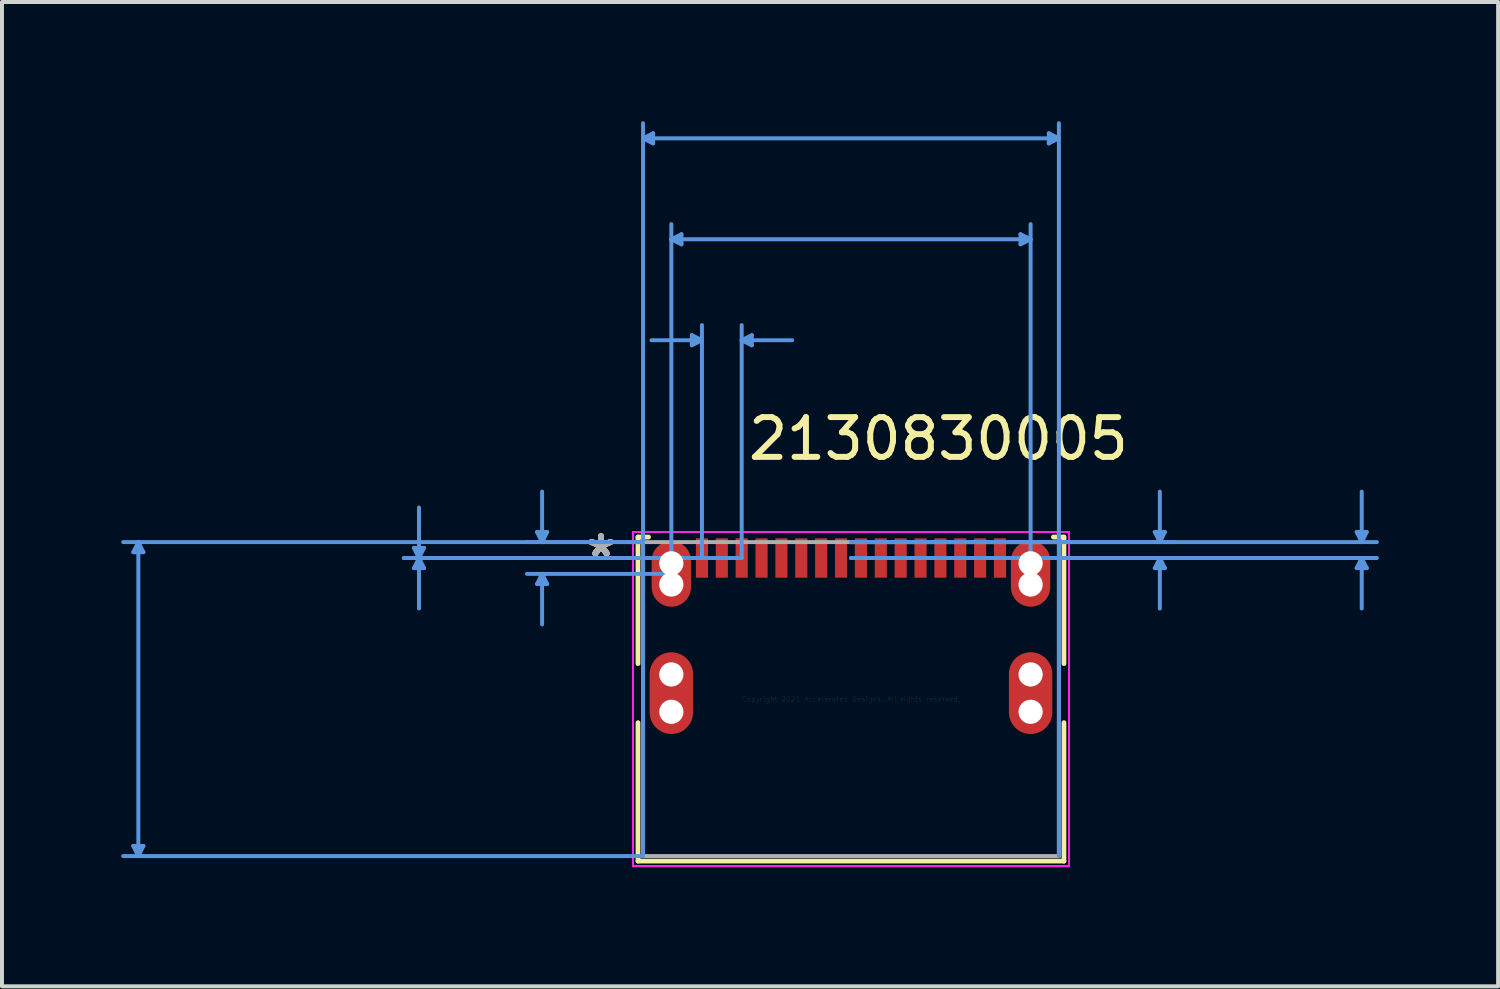
<source format=kicad_pcb>
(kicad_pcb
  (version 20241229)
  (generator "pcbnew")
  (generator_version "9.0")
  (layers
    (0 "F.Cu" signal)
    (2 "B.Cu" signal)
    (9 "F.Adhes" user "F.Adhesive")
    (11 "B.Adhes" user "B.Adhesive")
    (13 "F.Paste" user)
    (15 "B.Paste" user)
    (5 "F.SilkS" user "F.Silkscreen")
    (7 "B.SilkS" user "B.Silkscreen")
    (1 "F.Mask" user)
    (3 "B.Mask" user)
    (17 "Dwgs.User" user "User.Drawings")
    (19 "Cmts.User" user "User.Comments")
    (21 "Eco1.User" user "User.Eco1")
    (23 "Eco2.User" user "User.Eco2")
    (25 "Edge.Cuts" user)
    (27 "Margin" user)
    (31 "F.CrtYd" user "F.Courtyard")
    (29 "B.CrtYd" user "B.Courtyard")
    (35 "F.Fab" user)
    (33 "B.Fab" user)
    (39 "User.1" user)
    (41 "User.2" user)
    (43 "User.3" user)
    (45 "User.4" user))
  (footprint "2130830005"
    (layer "F.Cu")
    (at 18.363 14.541)
    (property "Reference" "2130830005" (at 2.2 -6.55 0) (layer "F.SilkS") (effects (font (size 1 1) (thickness 0.15))))
    (attr through_hole)
    (fp_line (start -5.359 -4.077) (end -5.359 -0.893) (stroke (width 0.12) (type solid)) (layer "F.SilkS"))
    (fp_line (start -5.359 0.593) (end -5.359 4.077) (stroke (width 0.12) (type solid)) (layer "F.SilkS"))
    (fp_line (start -5.359 4.077) (end 5.359 4.077) (stroke (width 0.12) (type solid)) (layer "F.SilkS"))
    (fp_line (start -5.094 -4.077) (end -5.359 -4.077) (stroke (width 0.12) (type solid)) (layer "F.SilkS"))
    (fp_line (start 5.359 -4.077) (end 5.094 -4.077) (stroke (width 0.12) (type solid)) (layer "F.SilkS"))
    (fp_line (start 5.359 -0.893) (end 5.359 -4.077) (stroke (width 0.12) (type solid)) (layer "F.SilkS"))
    (fp_line (start 5.359 4.077) (end 5.359 0.593) (stroke (width 0.12) (type solid)) (layer "F.SilkS"))
    (fp_line (start -18.059 -3.696) (end -17.805 -3.696) (stroke (width 0.1) (type solid)) (layer "Cmts.User"))
    (fp_line (start -18.059 3.696) (end -17.805 3.696) (stroke (width 0.1) (type solid)) (layer "Cmts.User"))
    (fp_line (start -17.932 -3.95) (end -18.059 -3.696) (stroke (width 0.1) (type solid)) (layer "Cmts.User"))
    (fp_line (start -17.932 -3.95) (end -17.932 3.95) (stroke (width 0.1) (type solid)) (layer "Cmts.User"))
    (fp_line (start -17.932 -3.95) (end -17.805 -3.696) (stroke (width 0.1) (type solid)) (layer "Cmts.User"))
    (fp_line (start -17.932 3.95) (end -18.059 3.696) (stroke (width 0.1) (type solid)) (layer "Cmts.User"))
    (fp_line (start -17.932 3.95) (end -17.805 3.696) (stroke (width 0.1) (type solid)) (layer "Cmts.User"))
    (fp_line (start -10.997 -3.804) (end -10.743 -3.804) (stroke (width 0.1) (type solid)) (layer "Cmts.User"))
    (fp_line (start -10.997 -3.296) (end -10.743 -3.296) (stroke (width 0.1) (type solid)) (layer "Cmts.User"))
    (fp_line (start -10.87 -3.55) (end -10.997 -3.804) (stroke (width 0.1) (type solid)) (layer "Cmts.User"))
    (fp_line (start -10.87 -3.55) (end -10.997 -3.296) (stroke (width 0.1) (type solid)) (layer "Cmts.User"))
    (fp_line (start -10.87 -3.55) (end -10.87 -4.82) (stroke (width 0.1) (type solid)) (layer "Cmts.User"))
    (fp_line (start -10.87 -3.55) (end -10.87 -2.28) (stroke (width 0.1) (type solid)) (layer "Cmts.User"))
    (fp_line (start -10.87 -3.55) (end -10.743 -3.804) (stroke (width 0.1) (type solid)) (layer "Cmts.User"))
    (fp_line (start -10.87 -3.55) (end -10.743 -3.296) (stroke (width 0.1) (type solid)) (layer "Cmts.User"))
    (fp_line (start -7.899 -4.204) (end -7.645 -4.204) (stroke (width 0.1) (type solid)) (layer "Cmts.User"))
    (fp_line (start -7.899 -2.896) (end -7.645 -2.896) (stroke (width 0.1) (type solid)) (layer "Cmts.User"))
    (fp_line (start -7.772 -3.95) (end -7.899 -4.204) (stroke (width 0.1) (type solid)) (layer "Cmts.User"))
    (fp_line (start -7.772 -3.95) (end -7.772 -5.22) (stroke (width 0.1) (type solid)) (layer "Cmts.User"))
    (fp_line (start -7.772 -3.95) (end -7.645 -4.204) (stroke (width 0.1) (type solid)) (layer "Cmts.User"))
    (fp_line (start -7.772 -3.15) (end -7.899 -2.896) (stroke (width 0.1) (type solid)) (layer "Cmts.User"))
    (fp_line (start -7.772 -3.15) (end -7.772 -1.88) (stroke (width 0.1) (type solid)) (layer "Cmts.User"))
    (fp_line (start -7.772 -3.15) (end -7.645 -2.896) (stroke (width 0.1) (type solid)) (layer "Cmts.User"))
    (fp_line (start -5.232 -14.11) (end -4.978 -14.237) (stroke (width 0.1) (type solid)) (layer "Cmts.User"))
    (fp_line (start -5.232 -14.11) (end -4.978 -13.983) (stroke (width 0.1) (type solid)) (layer "Cmts.User"))
    (fp_line (start -5.232 -14.11) (end 5.232 -14.11) (stroke (width 0.1) (type solid)) (layer "Cmts.User"))
    (fp_line (start -5.232 -3.95) (end -18.313 -3.95) (stroke (width 0.1) (type solid)) (layer "Cmts.User"))
    (fp_line (start -5.232 -3.95) (end -8.153 -3.95) (stroke (width 0.1) (type solid)) (layer "Cmts.User"))
    (fp_line (start -5.232 3.95) (end -18.313 3.95) (stroke (width 0.1) (type solid)) (layer "Cmts.User"))
    (fp_line (start -5.232 3.95) (end -5.232 -14.491) (stroke (width 0.1) (type solid)) (layer "Cmts.User"))
    (fp_line (start -4.978 -14.237) (end -4.978 -13.983) (stroke (width 0.1) (type solid)) (layer "Cmts.User"))
    (fp_line (start -4.52 -11.57) (end -4.266 -11.697) (stroke (width 0.1) (type solid)) (layer "Cmts.User"))
    (fp_line (start -4.52 -11.57) (end -4.266 -11.443) (stroke (width 0.1) (type solid)) (layer "Cmts.User"))
    (fp_line (start -4.52 -11.57) (end 4.52 -11.57) (stroke (width 0.1) (type solid)) (layer "Cmts.User"))
    (fp_line (start -4.52 -3.15) (end -8.153 -3.15) (stroke (width 0.1) (type solid)) (layer "Cmts.User"))
    (fp_line (start -4.52 -3.15) (end -4.52 -11.951) (stroke (width 0.1) (type solid)) (layer "Cmts.User"))
    (fp_line (start -4.266 -11.697) (end -4.266 -11.443) (stroke (width 0.1) (type solid)) (layer "Cmts.User"))
    (fp_line (start -4.004 -9.157) (end -4.004 -8.903) (stroke (width 0.1) (type solid)) (layer "Cmts.User"))
    (fp_line (start -3.75 -9.03) (end -5.02 -9.03) (stroke (width 0.1) (type solid)) (layer "Cmts.User"))
    (fp_line (start -3.75 -9.03) (end -4.004 -9.157) (stroke (width 0.1) (type solid)) (layer "Cmts.User"))
    (fp_line (start -3.75 -9.03) (end -4.004 -8.903) (stroke (width 0.1) (type solid)) (layer "Cmts.User"))
    (fp_line (start -3.75 -3.55) (end -11.251 -3.55) (stroke (width 0.1) (type solid)) (layer "Cmts.User"))
    (fp_line (start -3.75 -3.55) (end -3.75 -9.411) (stroke (width 0.1) (type solid)) (layer "Cmts.User"))
    (fp_line (start -2.75 -9.03) (end -2.496 -9.157) (stroke (width 0.1) (type solid)) (layer "Cmts.User"))
    (fp_line (start -2.75 -9.03) (end -2.496 -8.903) (stroke (width 0.1) (type solid)) (layer "Cmts.User"))
    (fp_line (start -2.75 -9.03) (end -1.48 -9.03) (stroke (width 0.1) (type solid)) (layer "Cmts.User"))
    (fp_line (start -2.75 -3.55) (end -11.251 -3.55) (stroke (width 0.1) (type solid)) (layer "Cmts.User"))
    (fp_line (start -2.75 -3.55) (end -2.75 -9.411) (stroke (width 0.1) (type solid)) (layer "Cmts.User"))
    (fp_line (start -2.496 -9.157) (end -2.496 -8.903) (stroke (width 0.1) (type solid)) (layer "Cmts.User"))
    (fp_line (start 0 -3.95) (end 8.153 -3.95) (stroke (width 0.1) (type solid)) (layer "Cmts.User"))
    (fp_line (start 0 -3.95) (end 13.233 -3.95) (stroke (width 0.1) (type solid)) (layer "Cmts.User"))
    (fp_line (start 0 -3.55) (end 8.153 -3.55) (stroke (width 0.1) (type solid)) (layer "Cmts.User"))
    (fp_line (start 0 -3.55) (end 13.233 -3.55) (stroke (width 0.1) (type solid)) (layer "Cmts.User"))
    (fp_line (start 4.266 -11.697) (end 4.266 -11.443) (stroke (width 0.1) (type solid)) (layer "Cmts.User"))
    (fp_line (start 4.52 -11.57) (end 4.266 -11.697) (stroke (width 0.1) (type solid)) (layer "Cmts.User"))
    (fp_line (start 4.52 -11.57) (end 4.266 -11.443) (stroke (width 0.1) (type solid)) (layer "Cmts.User"))
    (fp_line (start 4.52 -3.15) (end 4.52 -11.951) (stroke (width 0.1) (type solid)) (layer "Cmts.User"))
    (fp_line (start 4.978 -14.237) (end 4.978 -13.983) (stroke (width 0.1) (type solid)) (layer "Cmts.User"))
    (fp_line (start 5.232 -14.11) (end 4.978 -14.237) (stroke (width 0.1) (type solid)) (layer "Cmts.User"))
    (fp_line (start 5.232 -14.11) (end 4.978 -13.983) (stroke (width 0.1) (type solid)) (layer "Cmts.User"))
    (fp_line (start 5.232 3.95) (end 5.232 -14.491) (stroke (width 0.1) (type solid)) (layer "Cmts.User"))
    (fp_line (start 7.645 -4.204) (end 7.899 -4.204) (stroke (width 0.1) (type solid)) (layer "Cmts.User"))
    (fp_line (start 7.645 -3.296) (end 7.899 -3.296) (stroke (width 0.1) (type solid)) (layer "Cmts.User"))
    (fp_line (start 7.772 -3.95) (end 7.645 -4.204) (stroke (width 0.1) (type solid)) (layer "Cmts.User"))
    (fp_line (start 7.772 -3.95) (end 7.772 -5.22) (stroke (width 0.1) (type solid)) (layer "Cmts.User"))
    (fp_line (start 7.772 -3.95) (end 7.899 -4.204) (stroke (width 0.1) (type solid)) (layer "Cmts.User"))
    (fp_line (start 7.772 -3.55) (end 7.645 -3.296) (stroke (width 0.1) (type solid)) (layer "Cmts.User"))
    (fp_line (start 7.772 -3.55) (end 7.772 -2.28) (stroke (width 0.1) (type solid)) (layer "Cmts.User"))
    (fp_line (start 7.772 -3.55) (end 7.899 -3.296) (stroke (width 0.1) (type solid)) (layer "Cmts.User"))
    (fp_line (start 12.725 -4.204) (end 12.979 -4.204) (stroke (width 0.1) (type solid)) (layer "Cmts.User"))
    (fp_line (start 12.725 -3.296) (end 12.979 -3.296) (stroke (width 0.1) (type solid)) (layer "Cmts.User"))
    (fp_line (start 12.852 -3.95) (end 12.725 -4.204) (stroke (width 0.1) (type solid)) (layer "Cmts.User"))
    (fp_line (start 12.852 -3.95) (end 12.852 -5.22) (stroke (width 0.1) (type solid)) (layer "Cmts.User"))
    (fp_line (start 12.852 -3.95) (end 12.979 -4.204) (stroke (width 0.1) (type solid)) (layer "Cmts.User"))
    (fp_line (start 12.852 -3.55) (end 12.725 -3.296) (stroke (width 0.1) (type solid)) (layer "Cmts.User"))
    (fp_line (start 12.852 -3.55) (end 12.852 -2.28) (stroke (width 0.1) (type solid)) (layer "Cmts.User"))
    (fp_line (start 12.852 -3.55) (end 12.979 -3.296) (stroke (width 0.1) (type solid)) (layer "Cmts.User"))
    (fp_line (start -5.486 -4.204) (end -5.486 4.204) (stroke (width 0.05) (type solid)) (layer "F.CrtYd"))
    (fp_line (start -5.486 -4.204) (end -5.486 4.204) (stroke (width 0.05) (type solid)) (layer "F.CrtYd"))
    (fp_line (start -5.486 4.204) (end 5.486 4.204) (stroke (width 0.05) (type solid)) (layer "F.CrtYd"))
    (fp_line (start -5.486 4.204) (end 5.486 4.204) (stroke (width 0.05) (type solid)) (layer "F.CrtYd"))
    (fp_line (start 5.486 -4.204) (end -5.486 -4.204) (stroke (width 0.05) (type solid)) (layer "F.CrtYd"))
    (fp_line (start 5.486 -4.204) (end -5.486 -4.204) (stroke (width 0.05) (type solid)) (layer "F.CrtYd"))
    (fp_line (start 5.486 4.204) (end 5.486 -4.204) (stroke (width 0.05) (type solid)) (layer "F.CrtYd"))
    (fp_line (start 5.486 4.204) (end 5.486 -4.204) (stroke (width 0.05) (type solid)) (layer "F.CrtYd"))
    (fp_line (start -5.232 -3.95) (end -5.232 3.95) (stroke (width 0.1) (type solid)) (layer "F.Fab"))
    (fp_line (start -5.232 3.95) (end 5.232 3.95) (stroke (width 0.1) (type solid)) (layer "F.Fab"))
    (fp_line (start 0 -3.95) (end 0 -3.95) (stroke (width 0.1) (type solid)) (layer "F.Fab"))
    (fp_line (start 0 -3.95) (end 0 -3.95) (stroke (width 0.1) (type solid)) (layer "F.Fab"))
    (fp_line (start 0 -3.95) (end 0 -3.95) (stroke (width 0.1) (type solid)) (layer "F.Fab"))
    (fp_line (start 0 -3.95) (end 0 -3.95) (stroke (width 0.1) (type solid)) (layer "F.Fab"))
    (fp_line (start 5.232 -3.95) (end -5.232 -3.95) (stroke (width 0.1) (type solid)) (layer "F.Fab"))
    (fp_line (start 5.232 3.95) (end 5.232 -3.95) (stroke (width 0.1) (type solid)) (layer "F.Fab"))
    (fp_text user "*" (at -6.29 -3.55 0) (layer "F.SilkS") (effects (font (size 1 1) (thickness 0.15))))
    (fp_text user "*" (at -6.29 -3.55 0) (layer "F.SilkS") (effects (font (size 1 1) (thickness 0.15))))
    (fp_text user "Copyright 2021 Accelerated Designs. All rights reserved." (at 0 0 0) (layer "Cmts.User") (effects (font (size 0.127 0.127) (thickness 0.002))))
    (fp_text user "*" (at -6.29 -3.55 0) (layer "F.Fab") (effects (font (size 1 1) (thickness 0.15))))
    (fp_text user "*" (at -6.29 -3.55 0) (layer "F.Fab") (effects (font (size 1 1) (thickness 0.15))))
    (pad "" np_thru_hole circle (at -4.52 -3.416) (size 0.61 0.61) (drill 0.61) (layers "*.Cu" "*.Mask"))
    (pad "" np_thru_hole circle (at -4.52 -2.883) (size 0.61 0.61) (drill 0.61) (layers "*.Cu" "*.Mask"))
    (pad "" np_thru_hole circle (at -4.52 -0.62) (size 0.61 0.61) (drill 0.61) (layers "*.Cu" "*.Mask"))
    (pad "" np_thru_hole circle (at -4.52 0.32) (size 0.61 0.61) (drill 0.61) (layers "*.Cu" "*.Mask"))
    (pad "" np_thru_hole circle (at 4.52 -3.416) (size 0.61 0.61) (drill 0.61) (layers "*.Cu" "*.Mask"))
    (pad "" np_thru_hole circle (at 4.52 -2.883) (size 0.61 0.61) (drill 0.61) (layers "*.Cu" "*.Mask"))
    (pad "" np_thru_hole circle (at 4.52 -0.62) (size 0.61 0.61) (drill 0.61) (layers "*.Cu" "*.Mask"))
    (pad "" np_thru_hole circle (at 4.52 0.32) (size 0.61 0.61) (drill 0.61) (layers "*.Cu" "*.Mask"))
    (pad "A1" smd rect (at -3.75 -3.55) (size 0.305 0.991) (layers "F.Cu" "F.Mask" "F.Paste"))
    (pad "A4" smd rect (at -2.75 -3.55) (size 0.305 0.991) (layers "F.Cu" "F.Mask" "F.Paste"))
    (pad "A5" smd rect (at -1.75 -3.55) (size 0.305 0.991) (layers "F.Cu" "F.Mask" "F.Paste"))
    (pad "A6" smd rect (at -0.75 -3.55) (size 0.305 0.991) (layers "F.Cu" "F.Mask" "F.Paste"))
    (pad "A7" smd rect (at 0.75 -3.55) (size 0.305 0.991) (layers "F.Cu" "F.Mask" "F.Paste"))
    (pad "A8" smd rect (at 1.75 -3.55) (size 0.305 0.991) (layers "F.Cu" "F.Mask" "F.Paste"))
    (pad "A9" smd rect (at 2.75 -3.55) (size 0.305 0.991) (layers "F.Cu" "F.Mask" "F.Paste"))
    (pad "A12" smd rect (at 3.75 -3.55) (size 0.305 0.991) (layers "F.Cu" "F.Mask" "F.Paste"))
    (pad "B1" smd rect (at 3.25 -3.55) (size 0.305 0.991) (layers "F.Cu" "F.Mask" "F.Paste"))
    (pad "B4" smd rect (at 2.25 -3.55) (size 0.305 0.991) (layers "F.Cu" "F.Mask" "F.Paste"))
    (pad "B5" smd rect (at 1.25 -3.55) (size 0.305 0.991) (layers "F.Cu" "F.Mask" "F.Paste"))
    (pad "B6" smd rect (at 0.25 -3.55) (size 0.305 0.991) (layers "F.Cu" "F.Mask" "F.Paste"))
    (pad "B7" smd rect (at -0.25 -3.55) (size 0.305 0.991) (layers "F.Cu" "F.Mask" "F.Paste"))
    (pad "B8" smd rect (at -1.25 -3.55) (size 0.305 0.991) (layers "F.Cu" "F.Mask" "F.Paste"))
    (pad "B9" smd rect (at -2.25 -3.55) (size 0.305 0.991) (layers "F.Cu" "F.Mask" "F.Paste"))
    (pad "B12" smd rect (at -3.25 -3.55) (size 0.305 0.991) (layers "F.Cu" "F.Mask" "F.Paste"))
    (pad "S1" smd oval (at -4.52 -3.15) (size 0.991 1.651) (layers "F.Cu" "F.Mask" "F.Paste"))
    (pad "S2" smd oval (at 4.52 -3.15) (size 0.991 1.651) (layers "F.Cu" "F.Mask" "F.Paste"))
    (pad "S3" smd oval (at 4.52 -0.15) (size 1.092 2.057) (layers "F.Cu" "F.Mask" "F.Paste"))
    (pad "S4" smd oval (at -4.52 -0.15) (size 1.092 2.057) (layers "F.Cu" "F.Mask" "F.Paste")))
  (gr_rect
    (start -3 -3)
    (end 34.647 21.769)
    (stroke (width 0.1) (type default))
    (fill no)
    (layer "Edge.Cuts")))
</source>
